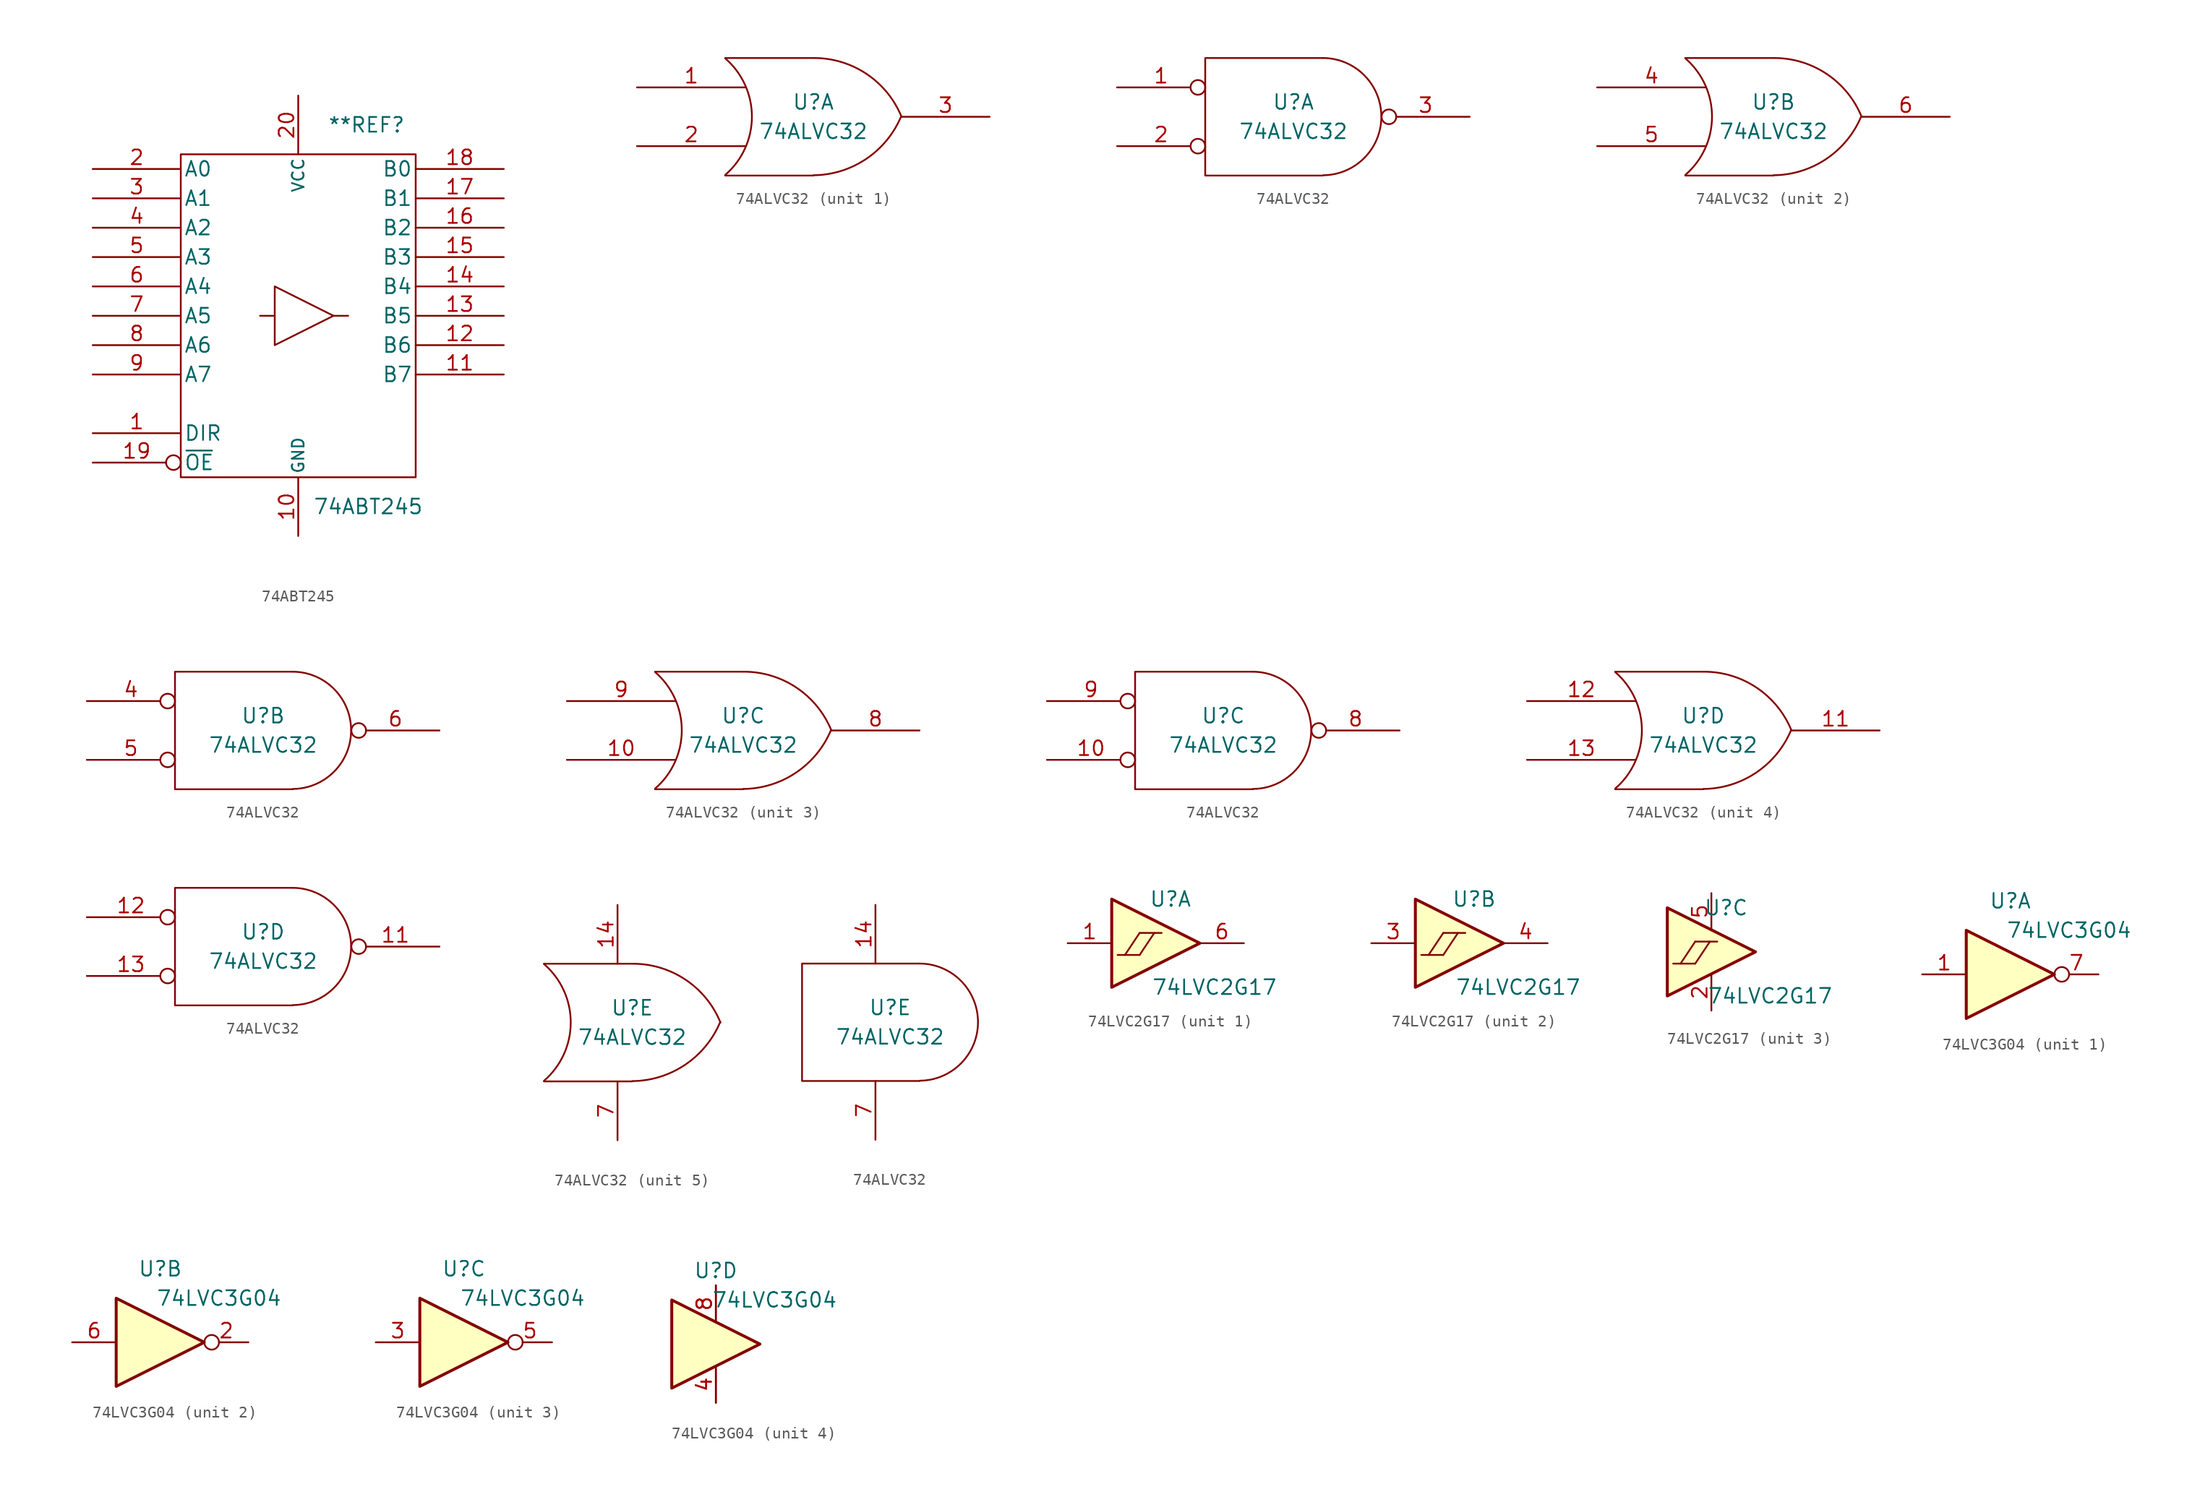
<source format=kicad_sym>
(kicad_symbol_lib
  (version 20220914)
  (generator kicad_symbol_editor)
  (symbol "74ABT245"
    (pin_names
      (offset 0.254))
    (property "Reference" "**REF"
      (at 2.54 16.51 0)
      (effects (font (size 1.27 1.27)) (justify left)))
    (property "Value" "74ABT245"
      (at 1.27 -16.51 0)
      (effects (font (size 1.27 1.27)) (justify left)))
    (property "Footprint" ""
      (at 0 0 0)
      (effects (font (size 1.27 1.27))))
    (property "Datasheet" ""
      (at 0 0 0)
      (effects (font (size 1.27 1.27))))
    (symbol "74ABT245_0_0"
      (pin power_in line (at 0 -19.05 90) (length 5.08) (name "GND" (effects (font (size 1.016 1.016)))) (number "10" (effects (font (size 1.27 1.27)))))
      (pin power_in line (at 0 19.05 270) (length 5.08) (name "VCC" (effects (font (size 1.016 1.016)))) (number "20" (effects (font (size 1.27 1.27))))))
    (symbol "74ABT245_0_1"
      (rectangle (start -10.16 13.97) (end 10.16 -13.97) (stroke (width 0) (type solid)) (fill (type none)))
      (polyline (pts (xy -2.032 0) (xy -3.302 0)) (stroke (width 0) (type solid)) (fill (type none)))
      (polyline (pts (xy 3.048 0) (xy 4.318 0)) (stroke (width 0) (type solid)) (fill (type none)))
      (polyline (pts (xy -2.032 2.54) (xy -2.032 -2.54) (xy 3.048 0) (xy -2.032 2.54)) (stroke (width 0) (type solid)) (fill (type none))))
    (symbol "74ABT245_1_1"
      (pin input line (at -17.78 -10.16 0) (length 7.62) (name "DIR" (effects (font (size 1.27 1.27)))) (number "1" (effects (font (size 1.27 1.27)))))
      (pin tri_state line (at 17.78 -5.08 180) (length 7.62) (name "B7" (effects (font (size 1.27 1.27)))) (number "11" (effects (font (size 1.27 1.27)))))
      (pin tri_state line (at 17.78 -2.54 180) (length 7.62) (name "B6" (effects (font (size 1.27 1.27)))) (number "12" (effects (font (size 1.27 1.27)))))
      (pin tri_state line (at 17.78 0 180) (length 7.62) (name "B5" (effects (font (size 1.27 1.27)))) (number "13" (effects (font (size 1.27 1.27)))))
      (pin tri_state line (at 17.78 2.54 180) (length 7.62) (name "B4" (effects (font (size 1.27 1.27)))) (number "14" (effects (font (size 1.27 1.27)))))
      (pin tri_state line (at 17.78 5.08 180) (length 7.62) (name "B3" (effects (font (size 1.27 1.27)))) (number "15" (effects (font (size 1.27 1.27)))))
      (pin tri_state line (at 17.78 7.62 180) (length 7.62) (name "B2" (effects (font (size 1.27 1.27)))) (number "16" (effects (font (size 1.27 1.27)))))
      (pin tri_state line (at 17.78 10.16 180) (length 7.62) (name "B1" (effects (font (size 1.27 1.27)))) (number "17" (effects (font (size 1.27 1.27)))))
      (pin tri_state line (at 17.78 12.7 180) (length 7.62) (name "B0" (effects (font (size 1.27 1.27)))) (number "18" (effects (font (size 1.27 1.27)))))
      (pin input inverted (at -17.78 -12.7 0) (length 7.62) (name "~{OE}" (effects (font (size 1.27 1.27)))) (number "19" (effects (font (size 1.27 1.27)))))
      (pin bidirectional line (at -17.78 12.7 0) (length 7.62) (name "A0" (effects (font (size 1.27 1.27)))) (number "2" (effects (font (size 1.27 1.27)))))
      (pin bidirectional line (at -17.78 10.16 0) (length 7.62) (name "A1" (effects (font (size 1.27 1.27)))) (number "3" (effects (font (size 1.27 1.27)))))
      (pin bidirectional line (at -17.78 7.62 0) (length 7.62) (name "A2" (effects (font (size 1.27 1.27)))) (number "4" (effects (font (size 1.27 1.27)))))
      (pin bidirectional line (at -17.78 5.08 0) (length 7.62) (name "A3" (effects (font (size 1.27 1.27)))) (number "5" (effects (font (size 1.27 1.27)))))
      (pin bidirectional line (at -17.78 2.54 0) (length 7.62) (name "A4" (effects (font (size 1.27 1.27)))) (number "6" (effects (font (size 1.27 1.27)))))
      (pin bidirectional line (at -17.78 0 0) (length 7.62) (name "A5" (effects (font (size 1.27 1.27)))) (number "7" (effects (font (size 1.27 1.27)))))
      (pin bidirectional line (at -17.78 -2.54 0) (length 7.62) (name "A6" (effects (font (size 1.27 1.27)))) (number "8" (effects (font (size 1.27 1.27)))))
      (pin bidirectional line (at -17.78 -5.08 0) (length 7.62) (name "A7" (effects (font (size 1.27 1.27)))) (number "9" (effects (font (size 1.27 1.27)))))))
  (symbol "74ALVC32"
    (pin_names
      (offset 0.762))
    (property "Reference" "U"
      (at 0 1.27 0)
      (effects (font (size 1.27 1.27))))
    (property "Value" "74ALVC32"
      (at 0 -1.27 0)
      (effects (font (size 1.27 1.27))))
    (property "Footprint" ""
      (at 0 0 0)
      (effects (font (size 1.27 1.27))))
    (property "Datasheet" ""
      (at 0 0 0)
      (effects (font (size 1.27 1.27))))
    (symbol "74ALVC32_0_1"
      (arc (start -7.62 -5.0292) (mid -5.3094 0.0082) (end -7.62 5.0546) (stroke (width 0) (type solid)) (fill (type none)))
      (arc (start 0 -5.0546) (mid 4.5632 -3.6449) (end 7.5946 0.0508) (stroke (width 0) (type solid)) (fill (type none)))
      (polyline (pts (xy -7.62 -5.08) (xy 0 -5.08)) (stroke (width 0) (type solid)) (fill (type none)))
      (polyline (pts (xy -7.62 5.08) (xy 0 5.08)) (stroke (width 0) (type solid)) (fill (type none)))
      (arc (start 7.62 0) (mid 4.6132 3.6946) (end 0.0508 5.08) (stroke (width 0) (type solid)) (fill (type none))))
    (symbol "74ALVC32_0_2"
      (polyline (pts (xy 2.54 5.08) (xy -7.62 5.08) (xy -7.62 -5.08) (xy 2.54 -5.08)) (stroke (width 0) (type solid)) (fill (type none)))
      (arc (start 2.5654 -5.0546) (mid 7.5947 0.0001) (end 2.5654 5.08) (stroke (width 0) (type solid)) (fill (type none))))
    (symbol "74ALVC32_1_1"
      (pin input line (at -15.24 2.54 0) (length 9.398) (name "~" (effects (font (size 1.27 1.27)))) (number "1" (effects (font (size 1.27 1.27)))))
      (pin input line (at -15.24 -2.54 0) (length 9.398) (name "~" (effects (font (size 1.27 1.27)))) (number "2" (effects (font (size 1.27 1.27)))))
      (pin output line (at 15.24 0 180) (length 7.62) (name "~" (effects (font (size 1.27 1.27)))) (number "3" (effects (font (size 1.27 1.27))))))
    (symbol "74ALVC32_1_2"
      (pin input inverted (at -15.24 2.54 0) (length 7.62) (name "~" (effects (font (size 1.27 1.27)))) (number "1" (effects (font (size 1.27 1.27)))))
      (pin input inverted (at -15.24 -2.54 0) (length 7.62) (name "~" (effects (font (size 1.27 1.27)))) (number "2" (effects (font (size 1.27 1.27)))))
      (pin output inverted (at 15.24 0 180) (length 7.62) (name "~" (effects (font (size 1.27 1.27)))) (number "3" (effects (font (size 1.27 1.27))))))
    (symbol "74ALVC32_2_1"
      (pin input line (at -15.24 2.54 0) (length 9.398) (name "~" (effects (font (size 1.27 1.27)))) (number "4" (effects (font (size 1.27 1.27)))))
      (pin input line (at -15.24 -2.54 0) (length 9.398) (name "~" (effects (font (size 1.27 1.27)))) (number "5" (effects (font (size 1.27 1.27)))))
      (pin output line (at 15.24 0 180) (length 7.62) (name "~" (effects (font (size 1.27 1.27)))) (number "6" (effects (font (size 1.27 1.27))))))
    (symbol "74ALVC32_2_2"
      (pin input inverted (at -15.24 2.54 0) (length 7.62) (name "~" (effects (font (size 1.27 1.27)))) (number "4" (effects (font (size 1.27 1.27)))))
      (pin input inverted (at -15.24 -2.54 0) (length 7.62) (name "~" (effects (font (size 1.27 1.27)))) (number "5" (effects (font (size 1.27 1.27)))))
      (pin output inverted (at 15.24 0 180) (length 7.62) (name "~" (effects (font (size 1.27 1.27)))) (number "6" (effects (font (size 1.27 1.27))))))
    (symbol "74ALVC32_3_1"
      (pin input line (at -15.24 -2.54 0) (length 9.398) (name "~" (effects (font (size 1.27 1.27)))) (number "10" (effects (font (size 1.27 1.27)))))
      (pin output line (at 15.24 0 180) (length 7.62) (name "~" (effects (font (size 1.27 1.27)))) (number "8" (effects (font (size 1.27 1.27)))))
      (pin input line (at -15.24 2.54 0) (length 9.398) (name "~" (effects (font (size 1.27 1.27)))) (number "9" (effects (font (size 1.27 1.27))))))
    (symbol "74ALVC32_3_2"
      (pin input inverted (at -15.24 -2.54 0) (length 7.62) (name "~" (effects (font (size 1.27 1.27)))) (number "10" (effects (font (size 1.27 1.27)))))
      (pin output inverted (at 15.24 0 180) (length 7.62) (name "~" (effects (font (size 1.27 1.27)))) (number "8" (effects (font (size 1.27 1.27)))))
      (pin input inverted (at -15.24 2.54 0) (length 7.62) (name "~" (effects (font (size 1.27 1.27)))) (number "9" (effects (font (size 1.27 1.27))))))
    (symbol "74ALVC32_4_1"
      (pin output line (at 15.24 0 180) (length 7.62) (name "~" (effects (font (size 1.27 1.27)))) (number "11" (effects (font (size 1.27 1.27)))))
      (pin input line (at -15.24 2.54 0) (length 9.398) (name "~" (effects (font (size 1.27 1.27)))) (number "12" (effects (font (size 1.27 1.27)))))
      (pin input line (at -15.24 -2.54 0) (length 9.398) (name "~" (effects (font (size 1.27 1.27)))) (number "13" (effects (font (size 1.27 1.27))))))
    (symbol "74ALVC32_4_2"
      (pin output inverted (at 15.24 0 180) (length 7.62) (name "~" (effects (font (size 1.27 1.27)))) (number "11" (effects (font (size 1.27 1.27)))))
      (pin input inverted (at -15.24 2.54 0) (length 7.62) (name "~" (effects (font (size 1.27 1.27)))) (number "12" (effects (font (size 1.27 1.27)))))
      (pin input inverted (at -15.24 -2.54 0) (length 7.62) (name "~" (effects (font (size 1.27 1.27)))) (number "13" (effects (font (size 1.27 1.27))))))
    (symbol "74ALVC32_5_1"
      (pin power_in line (at -1.27 10.16 270) (length 5.08) (name "~" (effects (font (size 1.27 1.27)))) (number "14" (effects (font (size 1.27 1.27)))))
      (pin power_in line (at -1.27 -10.16 90) (length 5.08) (name "~" (effects (font (size 1.27 1.27)))) (number "7" (effects (font (size 1.27 1.27))))))
    (symbol "74ALVC32_5_2"
      (pin power_in line (at -1.27 10.16 270) (length 5.08) (name "~" (effects (font (size 1.27 1.27)))) (number "14" (effects (font (size 1.27 1.27)))))
      (pin power_in line (at -1.27 -10.16 90) (length 5.08) (name "~" (effects (font (size 1.27 1.27)))) (number "7" (effects (font (size 1.27 1.27)))))))
  (symbol "74LVC2G17"
    (pin_names
      (offset 1.016))
    (property "Reference" "U"
      (at 1.27 3.81 0)
      (effects (font (size 1.27 1.27))))
    (property "Value" "74LVC2G17"
      (at 5.08 -3.81 0)
      (effects (font (size 1.27 1.27))))
    (property "ki_locked" ""
      (at 0 0 0)
      (effects (font (size 1.27 1.27))))
    (symbol "74LVC2G17_0_1"
      (polyline (pts (xy -3.302 -1.016) (xy -1.397 -1.016)) (stroke (width 0) (type solid)) (fill (type none)))
      (polyline (pts (xy -2.667 -1.016) (xy -1.397 0.889)) (stroke (width 0) (type solid)) (fill (type none)))
      (polyline (pts (xy -1.397 -1.016) (xy -0.127 0.889)) (stroke (width 0) (type solid)) (fill (type none)))
      (polyline (pts (xy -1.397 0.889) (xy 0.508 0.889)) (stroke (width 0) (type solid)) (fill (type none))))
    (symbol "74LVC2G17_1_0"
      (polyline (pts (xy -3.81 3.81) (xy -3.81 -3.81) (xy 3.81 0) (xy -3.81 3.81)) (stroke (width 0.254) (type solid)) (fill (type background)))
      (pin input line (at -7.62 0 0) (length 3.81) (name "~" (effects (font (size 1.27 1.27)))) (number "1" (effects (font (size 1.27 1.27)))))
      (pin output line (at 7.62 0 180) (length 3.81) (name "~" (effects (font (size 1.27 1.27)))) (number "6" (effects (font (size 1.27 1.27))))))
    (symbol "74LVC2G17_2_0"
      (polyline (pts (xy -3.81 3.81) (xy -3.81 -3.81) (xy 3.81 0) (xy -3.81 3.81)) (stroke (width 0.254) (type solid)) (fill (type background)))
      (pin input line (at -7.62 0 0) (length 3.81) (name "~" (effects (font (size 1.27 1.27)))) (number "3" (effects (font (size 1.27 1.27)))))
      (pin output line (at 7.62 0 180) (length 3.81) (name "~" (effects (font (size 1.27 1.27)))) (number "4" (effects (font (size 1.27 1.27))))))
    (symbol "74LVC2G17_3_0"
      (polyline (pts (xy -3.81 3.81) (xy -3.81 -3.81) (xy 3.81 0) (xy -3.81 3.81)) (stroke (width 0.254) (type solid)) (fill (type background)))
      (pin power_in line (at 0 -5.08 90) (length 3.175) (name "~" (effects (font (size 1.27 1.27)))) (number "2" (effects (font (size 1.27 1.27)))))
      (pin power_in line (at 0 5.08 270) (length 3.175) (name "~" (effects (font (size 1.27 1.27)))) (number "5" (effects (font (size 1.27 1.27)))))))
  (symbol "74LVC3G04"
    (pin_names
      (offset 1.016))
    (property "Reference" "U"
      (at 0 6.35 0)
      (effects (font (size 1.27 1.27))))
    (property "Value" "74LVC3G04"
      (at 5.08 3.81 0)
      (effects (font (size 1.27 1.27))))
    (property "ki_locked" ""
      (at 0 0 0)
      (effects (font (size 1.27 1.27))))
    (symbol "74LVC3G04_1_0"
      (polyline (pts (xy -3.81 3.81) (xy -3.81 -3.81) (xy 3.81 0) (xy -3.81 3.81)) (stroke (width 0.254) (type solid)) (fill (type background)))
      (pin input line (at -7.62 0 0) (length 3.81) (name "~" (effects (font (size 1.27 1.27)))) (number "1" (effects (font (size 1.27 1.27)))))
      (pin output inverted (at 7.62 0 180) (length 3.81) (name "~" (effects (font (size 1.27 1.27)))) (number "7" (effects (font (size 1.27 1.27))))))
    (symbol "74LVC3G04_2_0"
      (polyline (pts (xy -3.81 3.81) (xy -3.81 -3.81) (xy 3.81 0) (xy -3.81 3.81)) (stroke (width 0.254) (type solid)) (fill (type background)))
      (pin output inverted (at 7.62 0 180) (length 3.81) (name "~" (effects (font (size 1.27 1.27)))) (number "2" (effects (font (size 1.27 1.27)))))
      (pin input line (at -7.62 0 0) (length 3.81) (name "~" (effects (font (size 1.27 1.27)))) (number "6" (effects (font (size 1.27 1.27))))))
    (symbol "74LVC3G04_3_0"
      (polyline (pts (xy -3.81 3.81) (xy -3.81 -3.81) (xy 3.81 0) (xy -3.81 3.81)) (stroke (width 0.254) (type solid)) (fill (type background)))
      (pin input line (at -7.62 0 0) (length 3.81) (name "~" (effects (font (size 1.27 1.27)))) (number "3" (effects (font (size 1.27 1.27)))))
      (pin output inverted (at 7.62 0 180) (length 3.81) (name "~" (effects (font (size 1.27 1.27)))) (number "5" (effects (font (size 1.27 1.27))))))
    (symbol "74LVC3G04_4_0"
      (polyline (pts (xy -3.81 3.81) (xy -3.81 -3.81) (xy 3.81 0) (xy -3.81 3.81)) (stroke (width 0.254) (type solid)) (fill (type background)))
      (pin power_in line (at 0 -5.08 90) (length 3.175) (name "~" (effects (font (size 1.27 1.27)))) (number "4" (effects (font (size 1.27 1.27)))))
      (pin power_in line (at 0 -5.08 90) (length 3.175) (name "~" (effects (font (size 1.27 1.27)))) (number "4" (effects (font (size 1.27 1.27)))))
      (pin power_in line (at 0 5.08 270) (length 3.175) (name "~" (effects (font (size 1.27 1.27)))) (number "8" (effects (font (size 1.27 1.27)))))
      (pin power_in line (at 0 5.08 270) (length 3.175) (name "~" (effects (font (size 1.27 1.27)))) (number "8" (effects (font (size 1.27 1.27))))))))
</source>
